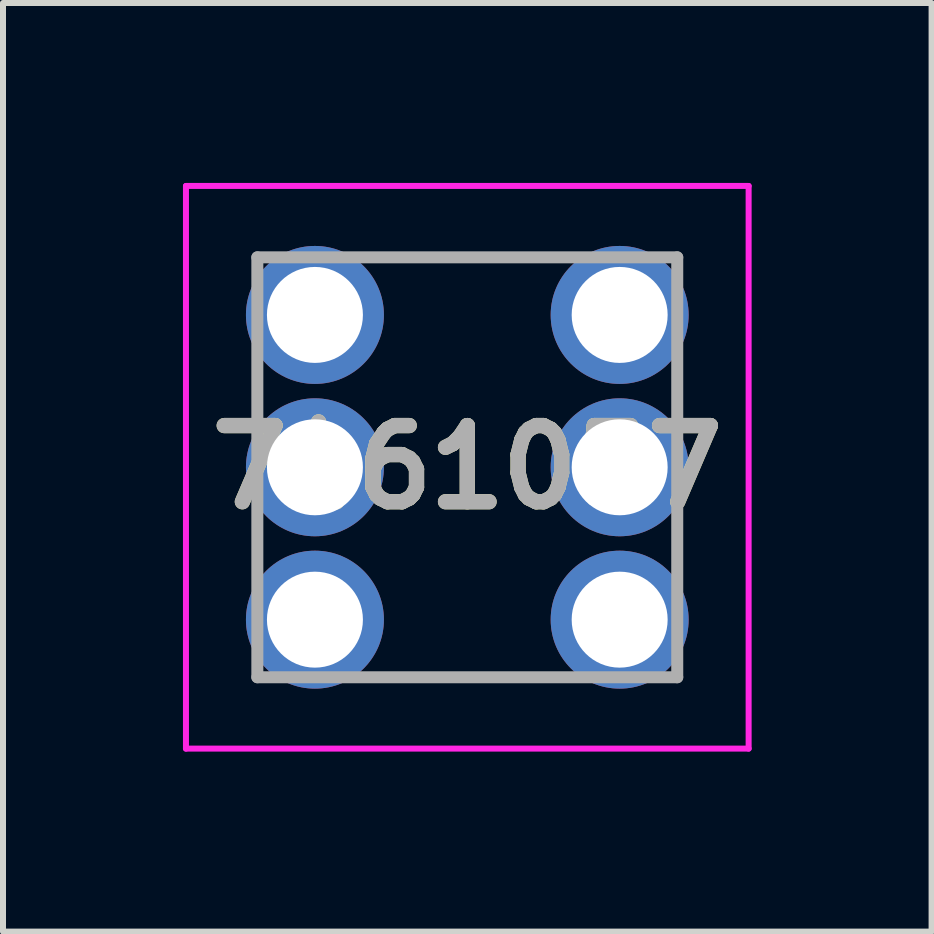
<source format=kicad_pcb>
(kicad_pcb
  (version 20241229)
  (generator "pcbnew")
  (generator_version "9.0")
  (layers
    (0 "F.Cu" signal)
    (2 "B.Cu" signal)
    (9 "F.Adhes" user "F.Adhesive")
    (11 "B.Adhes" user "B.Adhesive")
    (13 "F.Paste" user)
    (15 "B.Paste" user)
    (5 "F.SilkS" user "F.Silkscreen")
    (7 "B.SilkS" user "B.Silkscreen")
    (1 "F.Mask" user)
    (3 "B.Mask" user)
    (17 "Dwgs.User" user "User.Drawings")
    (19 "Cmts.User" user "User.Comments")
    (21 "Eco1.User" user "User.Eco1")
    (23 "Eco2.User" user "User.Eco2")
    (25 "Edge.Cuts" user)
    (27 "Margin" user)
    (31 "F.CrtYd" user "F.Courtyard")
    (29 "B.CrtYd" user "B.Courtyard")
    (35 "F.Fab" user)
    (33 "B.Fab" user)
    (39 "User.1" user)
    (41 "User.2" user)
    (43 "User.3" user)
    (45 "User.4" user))
  (footprint "7461057"
    (layer "F.Cu")
    (at 2.2 2.2)
    (property "Reference" "7461057" (at 2.54 2.54 0) (layer "F.SilkS") (effects (font (size 1.27 1.27) (thickness 0.254))))
    (attr through_hole)
    (fp_line (start 1.04 -0.96) (end 4.04 -0.96) (stroke (width 0.1) (type solid)) (layer "F.SilkS"))
    (fp_line (start 1.04 6.04) (end 4.04 6.04) (stroke (width 0.1) (type solid)) (layer "F.SilkS"))
    (fp_line (start -2.15 -2.15) (end 7.23 -2.15) (stroke (width 0.1) (type solid)) (layer "F.CrtYd"))
    (fp_line (start -2.15 7.23) (end -2.15 -2.15) (stroke (width 0.1) (type solid)) (layer "F.CrtYd"))
    (fp_line (start 7.23 -2.15) (end 7.23 7.23) (stroke (width 0.1) (type solid)) (layer "F.CrtYd"))
    (fp_line (start 7.23 7.23) (end -2.15 7.23) (stroke (width 0.1) (type solid)) (layer "F.CrtYd"))
    (fp_line (start -0.96 -0.96) (end 6.04 -0.96) (stroke (width 0.2) (type solid)) (layer "F.Fab"))
    (fp_line (start -0.96 6.04) (end -0.96 -0.96) (stroke (width 0.2) (type solid)) (layer "F.Fab"))
    (fp_line (start 6.04 -0.96) (end 6.04 6.04) (stroke (width 0.2) (type solid)) (layer "F.Fab"))
    (fp_line (start 6.04 6.04) (end -0.96 6.04) (stroke (width 0.2) (type solid)) (layer "F.Fab"))
    (fp_text user "${REFERENCE}" (at 2.54 2.54 0) (layer "F.Fab") (effects (font (size 1.27 1.27) (thickness 0.254))))
    (pad "1" thru_hole circle (at 0 0) (size 2.3 2.3) (drill 1.6) (layers "*.Cu" "*.Mask"))
    (pad "1" thru_hole circle (at 0 2.54) (size 2.3 2.3) (drill 1.6) (layers "*.Cu" "*.Mask"))
    (pad "1" thru_hole circle (at 0 5.08) (size 2.3 2.3) (drill 1.6) (layers "*.Cu" "*.Mask"))
    (pad "1" thru_hole circle (at 5.08 0) (size 2.3 2.3) (drill 1.6) (layers "*.Cu" "*.Mask"))
    (pad "1" thru_hole circle (at 5.08 2.54) (size 2.3 2.3) (drill 1.6) (layers "*.Cu" "*.Mask"))
    (pad "1" thru_hole circle (at 5.08 5.08) (size 2.3 2.3) (drill 1.6) (layers "*.Cu" "*.Mask")))
  (gr_rect
    (start -3 -3)
    (end 12.48 12.48)
    (stroke (width 0.1) (type default))
    (fill no)
    (layer "Edge.Cuts")))
</source>
